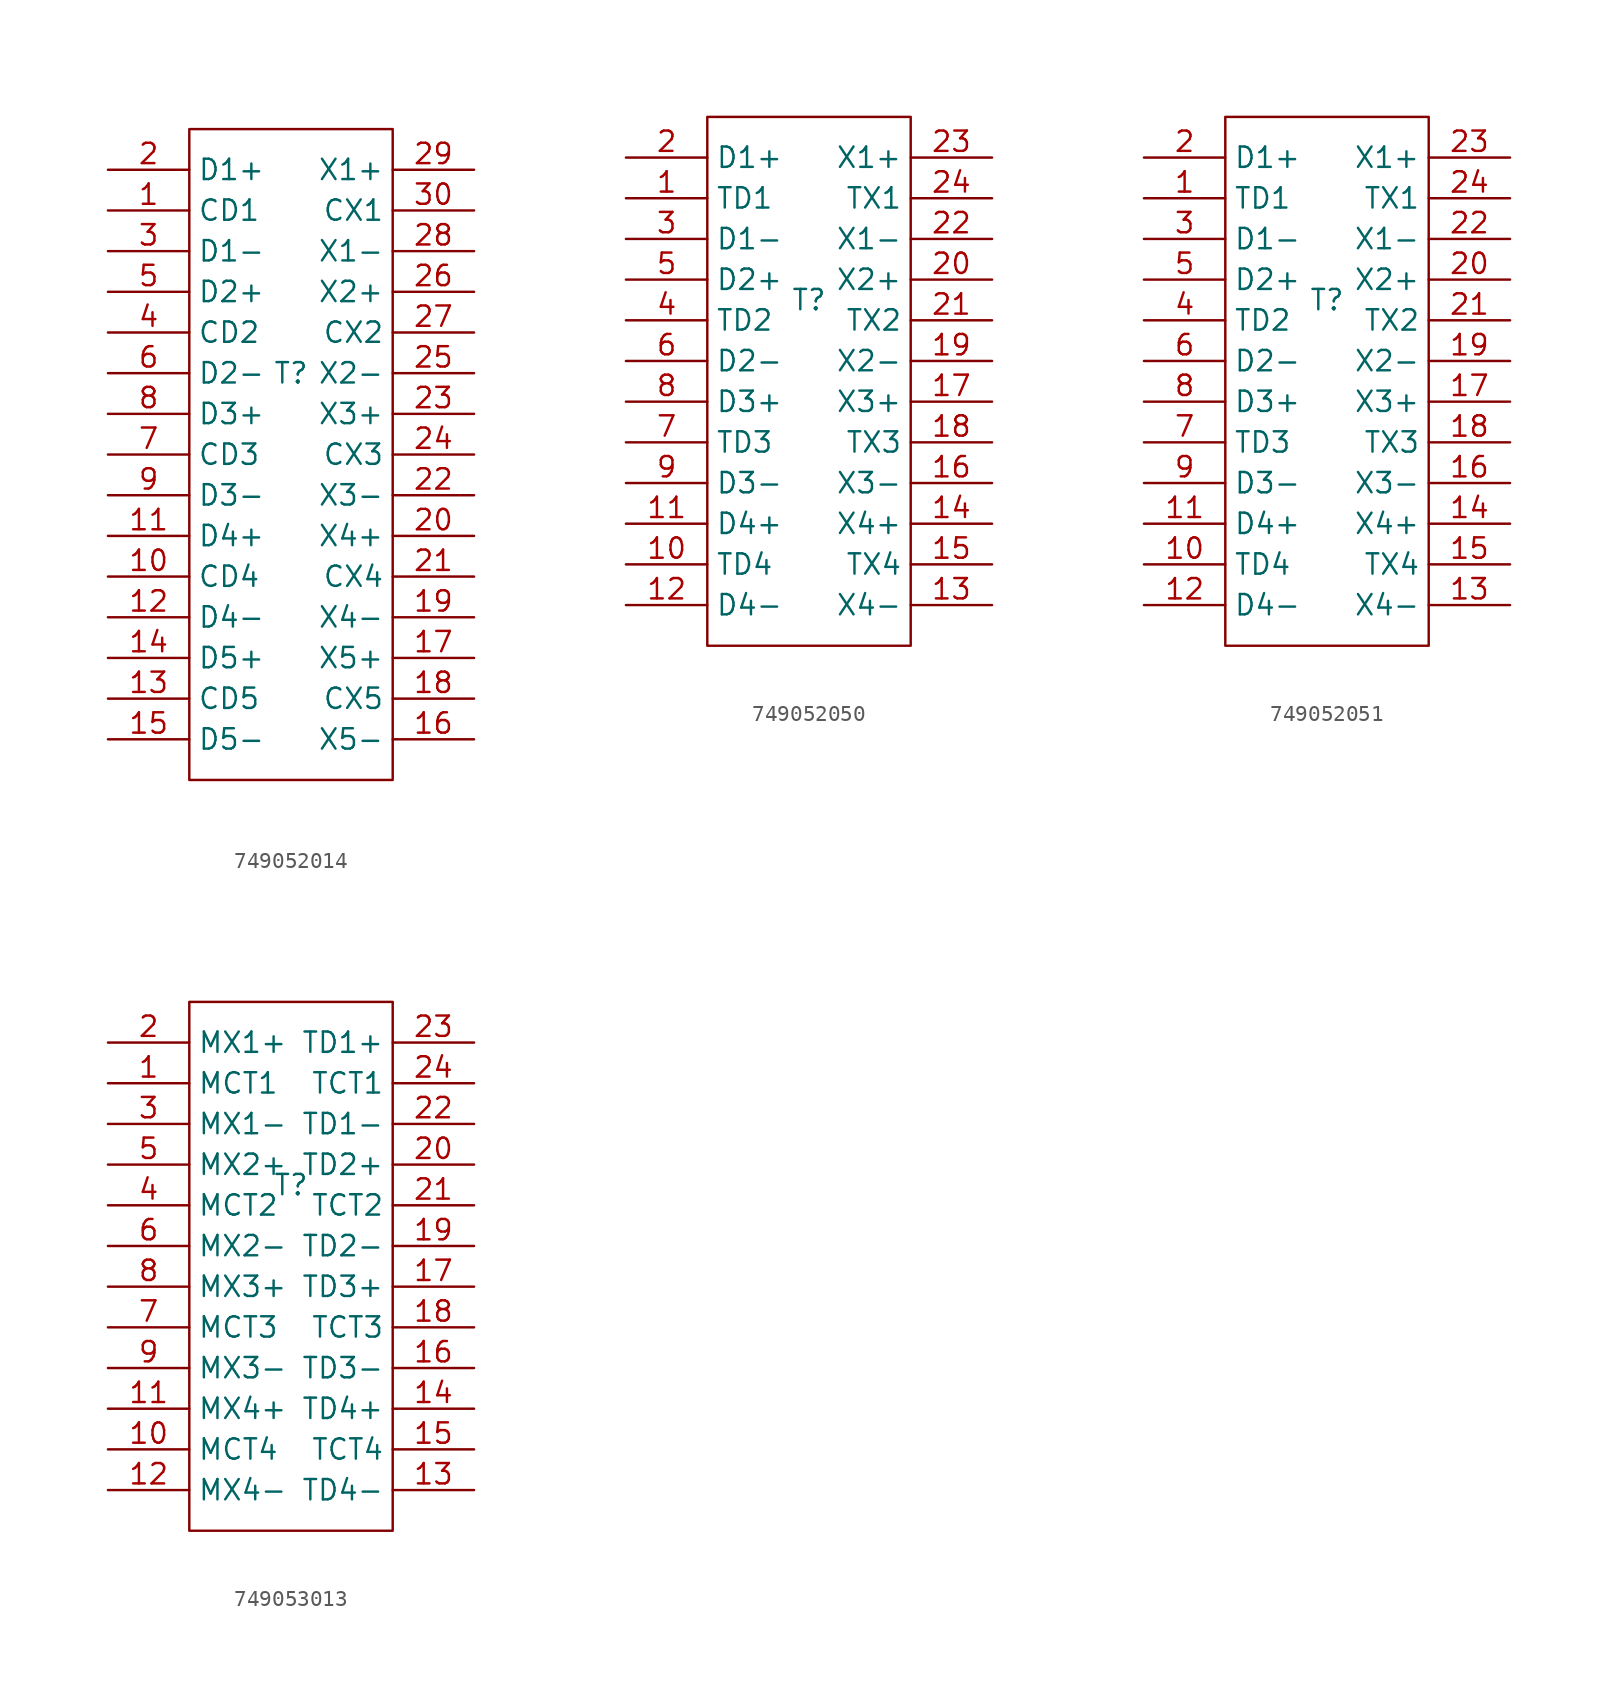
<source format=kicad_sym>
(kicad_symbol_lib
  (version 20220914)
  (generator kicad_symbol_editor)
  (symbol "749052014"
    (property "Reference" "T"
      (at 0 5.08 0)
      (effects (font (size 1.27 1.27))))
    (property "Critical Parameter" ""
      (at 0 -5.08 0)
      (effects (font (size 1.27 1.27)) (justify left)))
    (symbol "749052014_0_1"
      (rectangle (start -6.35 20.32) (end 6.35 -20.32) (stroke (width 0) (type default)) (fill (type none))))
    (symbol "749052014_1_1"
      (pin passive line (at -11.43 15.24 0) (length 5.08) (name "CD1" (effects (font (size 1.27 1.27)))) (number "1" (effects (font (size 1.27 1.27)))))
      (pin passive line (at -11.43 -7.62 0) (length 5.08) (name "CD4" (effects (font (size 1.27 1.27)))) (number "10" (effects (font (size 1.27 1.27)))))
      (pin passive line (at -11.43 -5.08 0) (length 5.08) (name "D4+" (effects (font (size 1.27 1.27)))) (number "11" (effects (font (size 1.27 1.27)))))
      (pin passive line (at -11.43 -10.16 0) (length 5.08) (name "D4-" (effects (font (size 1.27 1.27)))) (number "12" (effects (font (size 1.27 1.27)))))
      (pin passive line (at -11.43 -15.24 0) (length 5.08) (name "CD5" (effects (font (size 1.27 1.27)))) (number "13" (effects (font (size 1.27 1.27)))))
      (pin passive line (at -11.43 -12.7 0) (length 5.08) (name "D5+" (effects (font (size 1.27 1.27)))) (number "14" (effects (font (size 1.27 1.27)))))
      (pin passive line (at -11.43 -17.78 0) (length 5.08) (name "D5-" (effects (font (size 1.27 1.27)))) (number "15" (effects (font (size 1.27 1.27)))))
      (pin passive line (at 11.43 -17.78 180) (length 5.08) (name "X5-" (effects (font (size 1.27 1.27)))) (number "16" (effects (font (size 1.27 1.27)))))
      (pin passive line (at 11.43 -12.7 180) (length 5.08) (name "X5+" (effects (font (size 1.27 1.27)))) (number "17" (effects (font (size 1.27 1.27)))))
      (pin passive line (at 11.43 -15.24 180) (length 5.08) (name "CX5" (effects (font (size 1.27 1.27)))) (number "18" (effects (font (size 1.27 1.27)))))
      (pin passive line (at 11.43 -10.16 180) (length 5.08) (name "X4-" (effects (font (size 1.27 1.27)))) (number "19" (effects (font (size 1.27 1.27)))))
      (pin passive line (at -11.43 17.78 0) (length 5.08) (name "D1+" (effects (font (size 1.27 1.27)))) (number "2" (effects (font (size 1.27 1.27)))))
      (pin passive line (at 11.43 -5.08 180) (length 5.08) (name "X4+" (effects (font (size 1.27 1.27)))) (number "20" (effects (font (size 1.27 1.27)))))
      (pin passive line (at 11.43 -7.62 180) (length 5.08) (name "CX4" (effects (font (size 1.27 1.27)))) (number "21" (effects (font (size 1.27 1.27)))))
      (pin passive line (at 11.43 -2.54 180) (length 5.08) (name "X3-" (effects (font (size 1.27 1.27)))) (number "22" (effects (font (size 1.27 1.27)))))
      (pin passive line (at 11.43 2.54 180) (length 5.08) (name "X3+" (effects (font (size 1.27 1.27)))) (number "23" (effects (font (size 1.27 1.27)))))
      (pin passive line (at 11.43 0 180) (length 5.08) (name "CX3" (effects (font (size 1.27 1.27)))) (number "24" (effects (font (size 1.27 1.27)))))
      (pin passive line (at 11.43 5.08 180) (length 5.08) (name "X2-" (effects (font (size 1.27 1.27)))) (number "25" (effects (font (size 1.27 1.27)))))
      (pin passive line (at 11.43 10.16 180) (length 5.08) (name "X2+" (effects (font (size 1.27 1.27)))) (number "26" (effects (font (size 1.27 1.27)))))
      (pin passive line (at 11.43 7.62 180) (length 5.08) (name "CX2" (effects (font (size 1.27 1.27)))) (number "27" (effects (font (size 1.27 1.27)))))
      (pin passive line (at 11.43 12.7 180) (length 5.08) (name "X1-" (effects (font (size 1.27 1.27)))) (number "28" (effects (font (size 1.27 1.27)))))
      (pin passive line (at 11.43 17.78 180) (length 5.08) (name "X1+" (effects (font (size 1.27 1.27)))) (number "29" (effects (font (size 1.27 1.27)))))
      (pin passive line (at -11.43 12.7 0) (length 5.08) (name "D1-" (effects (font (size 1.27 1.27)))) (number "3" (effects (font (size 1.27 1.27)))))
      (pin passive line (at 11.43 15.24 180) (length 5.08) (name "CX1" (effects (font (size 1.27 1.27)))) (number "30" (effects (font (size 1.27 1.27)))))
      (pin passive line (at -11.43 7.62 0) (length 5.08) (name "CD2" (effects (font (size 1.27 1.27)))) (number "4" (effects (font (size 1.27 1.27)))))
      (pin passive line (at -11.43 10.16 0) (length 5.08) (name "D2+" (effects (font (size 1.27 1.27)))) (number "5" (effects (font (size 1.27 1.27)))))
      (pin passive line (at -11.43 5.08 0) (length 5.08) (name "D2-" (effects (font (size 1.27 1.27)))) (number "6" (effects (font (size 1.27 1.27)))))
      (pin passive line (at -11.43 0 0) (length 5.08) (name "CD3" (effects (font (size 1.27 1.27)))) (number "7" (effects (font (size 1.27 1.27)))))
      (pin passive line (at -11.43 2.54 0) (length 5.08) (name "D3+" (effects (font (size 1.27 1.27)))) (number "8" (effects (font (size 1.27 1.27)))))
      (pin passive line (at -11.43 -2.54 0) (length 5.08) (name "D3-" (effects (font (size 1.27 1.27)))) (number "9" (effects (font (size 1.27 1.27)))))))
  (symbol "749052050"
    (property "Reference" "T"
      (at 0 5.08 0)
      (effects (font (size 1.27 1.27))))
    (property "Critical Parameter" ""
      (at 0 -5.08 0)
      (effects (font (size 1.27 1.27)) (justify left)))
    (symbol "749052050_0_1"
      (rectangle (start -6.35 16.51) (end 6.35 -16.51) (stroke (width 0) (type default)) (fill (type none))))
    (symbol "749052050_1_1"
      (pin passive line (at -11.43 11.43 0) (length 5.08) (name "TD1" (effects (font (size 1.27 1.27)))) (number "1" (effects (font (size 1.27 1.27)))))
      (pin passive line (at -11.43 -11.43 0) (length 5.08) (name "TD4" (effects (font (size 1.27 1.27)))) (number "10" (effects (font (size 1.27 1.27)))))
      (pin passive line (at -11.43 -8.89 0) (length 5.08) (name "D4+" (effects (font (size 1.27 1.27)))) (number "11" (effects (font (size 1.27 1.27)))))
      (pin passive line (at -11.43 -13.97 0) (length 5.08) (name "D4-" (effects (font (size 1.27 1.27)))) (number "12" (effects (font (size 1.27 1.27)))))
      (pin passive line (at 11.43 -13.97 180) (length 5.08) (name "X4-" (effects (font (size 1.27 1.27)))) (number "13" (effects (font (size 1.27 1.27)))))
      (pin passive line (at 11.43 -8.89 180) (length 5.08) (name "X4+" (effects (font (size 1.27 1.27)))) (number "14" (effects (font (size 1.27 1.27)))))
      (pin passive line (at 11.43 -11.43 180) (length 5.08) (name "TX4" (effects (font (size 1.27 1.27)))) (number "15" (effects (font (size 1.27 1.27)))))
      (pin passive line (at 11.43 -6.35 180) (length 5.08) (name "X3-" (effects (font (size 1.27 1.27)))) (number "16" (effects (font (size 1.27 1.27)))))
      (pin passive line (at 11.43 -1.27 180) (length 5.08) (name "X3+" (effects (font (size 1.27 1.27)))) (number "17" (effects (font (size 1.27 1.27)))))
      (pin passive line (at 11.43 -3.81 180) (length 5.08) (name "TX3" (effects (font (size 1.27 1.27)))) (number "18" (effects (font (size 1.27 1.27)))))
      (pin passive line (at 11.43 1.27 180) (length 5.08) (name "X2-" (effects (font (size 1.27 1.27)))) (number "19" (effects (font (size 1.27 1.27)))))
      (pin passive line (at -11.43 13.97 0) (length 5.08) (name "D1+" (effects (font (size 1.27 1.27)))) (number "2" (effects (font (size 1.27 1.27)))))
      (pin passive line (at 11.43 6.35 180) (length 5.08) (name "X2+" (effects (font (size 1.27 1.27)))) (number "20" (effects (font (size 1.27 1.27)))))
      (pin passive line (at 11.43 3.81 180) (length 5.08) (name "TX2" (effects (font (size 1.27 1.27)))) (number "21" (effects (font (size 1.27 1.27)))))
      (pin passive line (at 11.43 8.89 180) (length 5.08) (name "X1-" (effects (font (size 1.27 1.27)))) (number "22" (effects (font (size 1.27 1.27)))))
      (pin passive line (at 11.43 13.97 180) (length 5.08) (name "X1+" (effects (font (size 1.27 1.27)))) (number "23" (effects (font (size 1.27 1.27)))))
      (pin passive line (at 11.43 11.43 180) (length 5.08) (name "TX1" (effects (font (size 1.27 1.27)))) (number "24" (effects (font (size 1.27 1.27)))))
      (pin passive line (at -11.43 8.89 0) (length 5.08) (name "D1-" (effects (font (size 1.27 1.27)))) (number "3" (effects (font (size 1.27 1.27)))))
      (pin passive line (at -11.43 3.81 0) (length 5.08) (name "TD2" (effects (font (size 1.27 1.27)))) (number "4" (effects (font (size 1.27 1.27)))))
      (pin passive line (at -11.43 6.35 0) (length 5.08) (name "D2+" (effects (font (size 1.27 1.27)))) (number "5" (effects (font (size 1.27 1.27)))))
      (pin passive line (at -11.43 1.27 0) (length 5.08) (name "D2-" (effects (font (size 1.27 1.27)))) (number "6" (effects (font (size 1.27 1.27)))))
      (pin passive line (at -11.43 -3.81 0) (length 5.08) (name "TD3" (effects (font (size 1.27 1.27)))) (number "7" (effects (font (size 1.27 1.27)))))
      (pin passive line (at -11.43 -1.27 0) (length 5.08) (name "D3+" (effects (font (size 1.27 1.27)))) (number "8" (effects (font (size 1.27 1.27)))))
      (pin passive line (at -11.43 -6.35 0) (length 5.08) (name "D3-" (effects (font (size 1.27 1.27)))) (number "9" (effects (font (size 1.27 1.27)))))))
  (symbol "749052051"
    (property "Reference" "T"
      (at 0 5.08 0)
      (effects (font (size 1.27 1.27))))
    (property "Critical Parameter" ""
      (at 0 -5.08 0)
      (effects (font (size 1.27 1.27)) (justify left)))
    (symbol "749052051_0_1"
      (rectangle (start -6.35 16.51) (end 6.35 -16.51) (stroke (width 0) (type default)) (fill (type none))))
    (symbol "749052051_1_1"
      (pin passive line (at -11.43 11.43 0) (length 5.08) (name "TD1" (effects (font (size 1.27 1.27)))) (number "1" (effects (font (size 1.27 1.27)))))
      (pin passive line (at -11.43 -11.43 0) (length 5.08) (name "TD4" (effects (font (size 1.27 1.27)))) (number "10" (effects (font (size 1.27 1.27)))))
      (pin passive line (at -11.43 -8.89 0) (length 5.08) (name "D4+" (effects (font (size 1.27 1.27)))) (number "11" (effects (font (size 1.27 1.27)))))
      (pin passive line (at -11.43 -13.97 0) (length 5.08) (name "D4-" (effects (font (size 1.27 1.27)))) (number "12" (effects (font (size 1.27 1.27)))))
      (pin passive line (at 11.43 -13.97 180) (length 5.08) (name "X4-" (effects (font (size 1.27 1.27)))) (number "13" (effects (font (size 1.27 1.27)))))
      (pin passive line (at 11.43 -8.89 180) (length 5.08) (name "X4+" (effects (font (size 1.27 1.27)))) (number "14" (effects (font (size 1.27 1.27)))))
      (pin passive line (at 11.43 -11.43 180) (length 5.08) (name "TX4" (effects (font (size 1.27 1.27)))) (number "15" (effects (font (size 1.27 1.27)))))
      (pin passive line (at 11.43 -6.35 180) (length 5.08) (name "X3-" (effects (font (size 1.27 1.27)))) (number "16" (effects (font (size 1.27 1.27)))))
      (pin passive line (at 11.43 -1.27 180) (length 5.08) (name "X3+" (effects (font (size 1.27 1.27)))) (number "17" (effects (font (size 1.27 1.27)))))
      (pin passive line (at 11.43 -3.81 180) (length 5.08) (name "TX3" (effects (font (size 1.27 1.27)))) (number "18" (effects (font (size 1.27 1.27)))))
      (pin passive line (at 11.43 1.27 180) (length 5.08) (name "X2-" (effects (font (size 1.27 1.27)))) (number "19" (effects (font (size 1.27 1.27)))))
      (pin passive line (at -11.43 13.97 0) (length 5.08) (name "D1+" (effects (font (size 1.27 1.27)))) (number "2" (effects (font (size 1.27 1.27)))))
      (pin passive line (at 11.43 6.35 180) (length 5.08) (name "X2+" (effects (font (size 1.27 1.27)))) (number "20" (effects (font (size 1.27 1.27)))))
      (pin passive line (at 11.43 3.81 180) (length 5.08) (name "TX2" (effects (font (size 1.27 1.27)))) (number "21" (effects (font (size 1.27 1.27)))))
      (pin passive line (at 11.43 8.89 180) (length 5.08) (name "X1-" (effects (font (size 1.27 1.27)))) (number "22" (effects (font (size 1.27 1.27)))))
      (pin passive line (at 11.43 13.97 180) (length 5.08) (name "X1+" (effects (font (size 1.27 1.27)))) (number "23" (effects (font (size 1.27 1.27)))))
      (pin passive line (at 11.43 11.43 180) (length 5.08) (name "TX1" (effects (font (size 1.27 1.27)))) (number "24" (effects (font (size 1.27 1.27)))))
      (pin passive line (at -11.43 8.89 0) (length 5.08) (name "D1-" (effects (font (size 1.27 1.27)))) (number "3" (effects (font (size 1.27 1.27)))))
      (pin passive line (at -11.43 3.81 0) (length 5.08) (name "TD2" (effects (font (size 1.27 1.27)))) (number "4" (effects (font (size 1.27 1.27)))))
      (pin passive line (at -11.43 6.35 0) (length 5.08) (name "D2+" (effects (font (size 1.27 1.27)))) (number "5" (effects (font (size 1.27 1.27)))))
      (pin passive line (at -11.43 1.27 0) (length 5.08) (name "D2-" (effects (font (size 1.27 1.27)))) (number "6" (effects (font (size 1.27 1.27)))))
      (pin passive line (at -11.43 -3.81 0) (length 5.08) (name "TD3" (effects (font (size 1.27 1.27)))) (number "7" (effects (font (size 1.27 1.27)))))
      (pin passive line (at -11.43 -1.27 0) (length 5.08) (name "D3+" (effects (font (size 1.27 1.27)))) (number "8" (effects (font (size 1.27 1.27)))))
      (pin passive line (at -11.43 -6.35 0) (length 5.08) (name "D3-" (effects (font (size 1.27 1.27)))) (number "9" (effects (font (size 1.27 1.27)))))))
  (symbol "749053013"
    (property "Reference" "T"
      (at 0 5.08 0)
      (effects (font (size 1.27 1.27))))
    (property "Critical Parameter" ""
      (at 0 -5.08 0)
      (effects (font (size 1.27 1.27)) (justify left)))
    (symbol "749053013_0_1"
      (rectangle (start -6.35 16.51) (end 6.35 -16.51) (stroke (width 0) (type default)) (fill (type none))))
    (symbol "749053013_1_1"
      (pin passive line (at -11.43 11.43 0) (length 5.08) (name "MCT1" (effects (font (size 1.27 1.27)))) (number "1" (effects (font (size 1.27 1.27)))))
      (pin passive line (at -11.43 -11.43 0) (length 5.08) (name "MCT4" (effects (font (size 1.27 1.27)))) (number "10" (effects (font (size 1.27 1.27)))))
      (pin passive line (at -11.43 -8.89 0) (length 5.08) (name "MX4+" (effects (font (size 1.27 1.27)))) (number "11" (effects (font (size 1.27 1.27)))))
      (pin passive line (at -11.43 -13.97 0) (length 5.08) (name "MX4-" (effects (font (size 1.27 1.27)))) (number "12" (effects (font (size 1.27 1.27)))))
      (pin passive line (at 11.43 -13.97 180) (length 5.08) (name "TD4-" (effects (font (size 1.27 1.27)))) (number "13" (effects (font (size 1.27 1.27)))))
      (pin passive line (at 11.43 -8.89 180) (length 5.08) (name "TD4+" (effects (font (size 1.27 1.27)))) (number "14" (effects (font (size 1.27 1.27)))))
      (pin passive line (at 11.43 -11.43 180) (length 5.08) (name "TCT4" (effects (font (size 1.27 1.27)))) (number "15" (effects (font (size 1.27 1.27)))))
      (pin passive line (at 11.43 -6.35 180) (length 5.08) (name "TD3-" (effects (font (size 1.27 1.27)))) (number "16" (effects (font (size 1.27 1.27)))))
      (pin passive line (at 11.43 -1.27 180) (length 5.08) (name "TD3+" (effects (font (size 1.27 1.27)))) (number "17" (effects (font (size 1.27 1.27)))))
      (pin passive line (at 11.43 -3.81 180) (length 5.08) (name "TCT3" (effects (font (size 1.27 1.27)))) (number "18" (effects (font (size 1.27 1.27)))))
      (pin passive line (at 11.43 1.27 180) (length 5.08) (name "TD2-" (effects (font (size 1.27 1.27)))) (number "19" (effects (font (size 1.27 1.27)))))
      (pin passive line (at -11.43 13.97 0) (length 5.08) (name "MX1+" (effects (font (size 1.27 1.27)))) (number "2" (effects (font (size 1.27 1.27)))))
      (pin passive line (at 11.43 6.35 180) (length 5.08) (name "TD2+" (effects (font (size 1.27 1.27)))) (number "20" (effects (font (size 1.27 1.27)))))
      (pin passive line (at 11.43 3.81 180) (length 5.08) (name "TCT2" (effects (font (size 1.27 1.27)))) (number "21" (effects (font (size 1.27 1.27)))))
      (pin passive line (at 11.43 8.89 180) (length 5.08) (name "TD1-" (effects (font (size 1.27 1.27)))) (number "22" (effects (font (size 1.27 1.27)))))
      (pin passive line (at 11.43 13.97 180) (length 5.08) (name "TD1+" (effects (font (size 1.27 1.27)))) (number "23" (effects (font (size 1.27 1.27)))))
      (pin passive line (at 11.43 11.43 180) (length 5.08) (name "TCT1" (effects (font (size 1.27 1.27)))) (number "24" (effects (font (size 1.27 1.27)))))
      (pin passive line (at -11.43 8.89 0) (length 5.08) (name "MX1-" (effects (font (size 1.27 1.27)))) (number "3" (effects (font (size 1.27 1.27)))))
      (pin passive line (at -11.43 3.81 0) (length 5.08) (name "MCT2" (effects (font (size 1.27 1.27)))) (number "4" (effects (font (size 1.27 1.27)))))
      (pin passive line (at -11.43 6.35 0) (length 5.08) (name "MX2+" (effects (font (size 1.27 1.27)))) (number "5" (effects (font (size 1.27 1.27)))))
      (pin passive line (at -11.43 1.27 0) (length 5.08) (name "MX2-" (effects (font (size 1.27 1.27)))) (number "6" (effects (font (size 1.27 1.27)))))
      (pin passive line (at -11.43 -3.81 0) (length 5.08) (name "MCT3" (effects (font (size 1.27 1.27)))) (number "7" (effects (font (size 1.27 1.27)))))
      (pin passive line (at -11.43 -1.27 0) (length 5.08) (name "MX3+" (effects (font (size 1.27 1.27)))) (number "8" (effects (font (size 1.27 1.27)))))
      (pin passive line (at -11.43 -6.35 0) (length 5.08) (name "MX3-" (effects (font (size 1.27 1.27)))) (number "9" (effects (font (size 1.27 1.27))))))))
</source>
